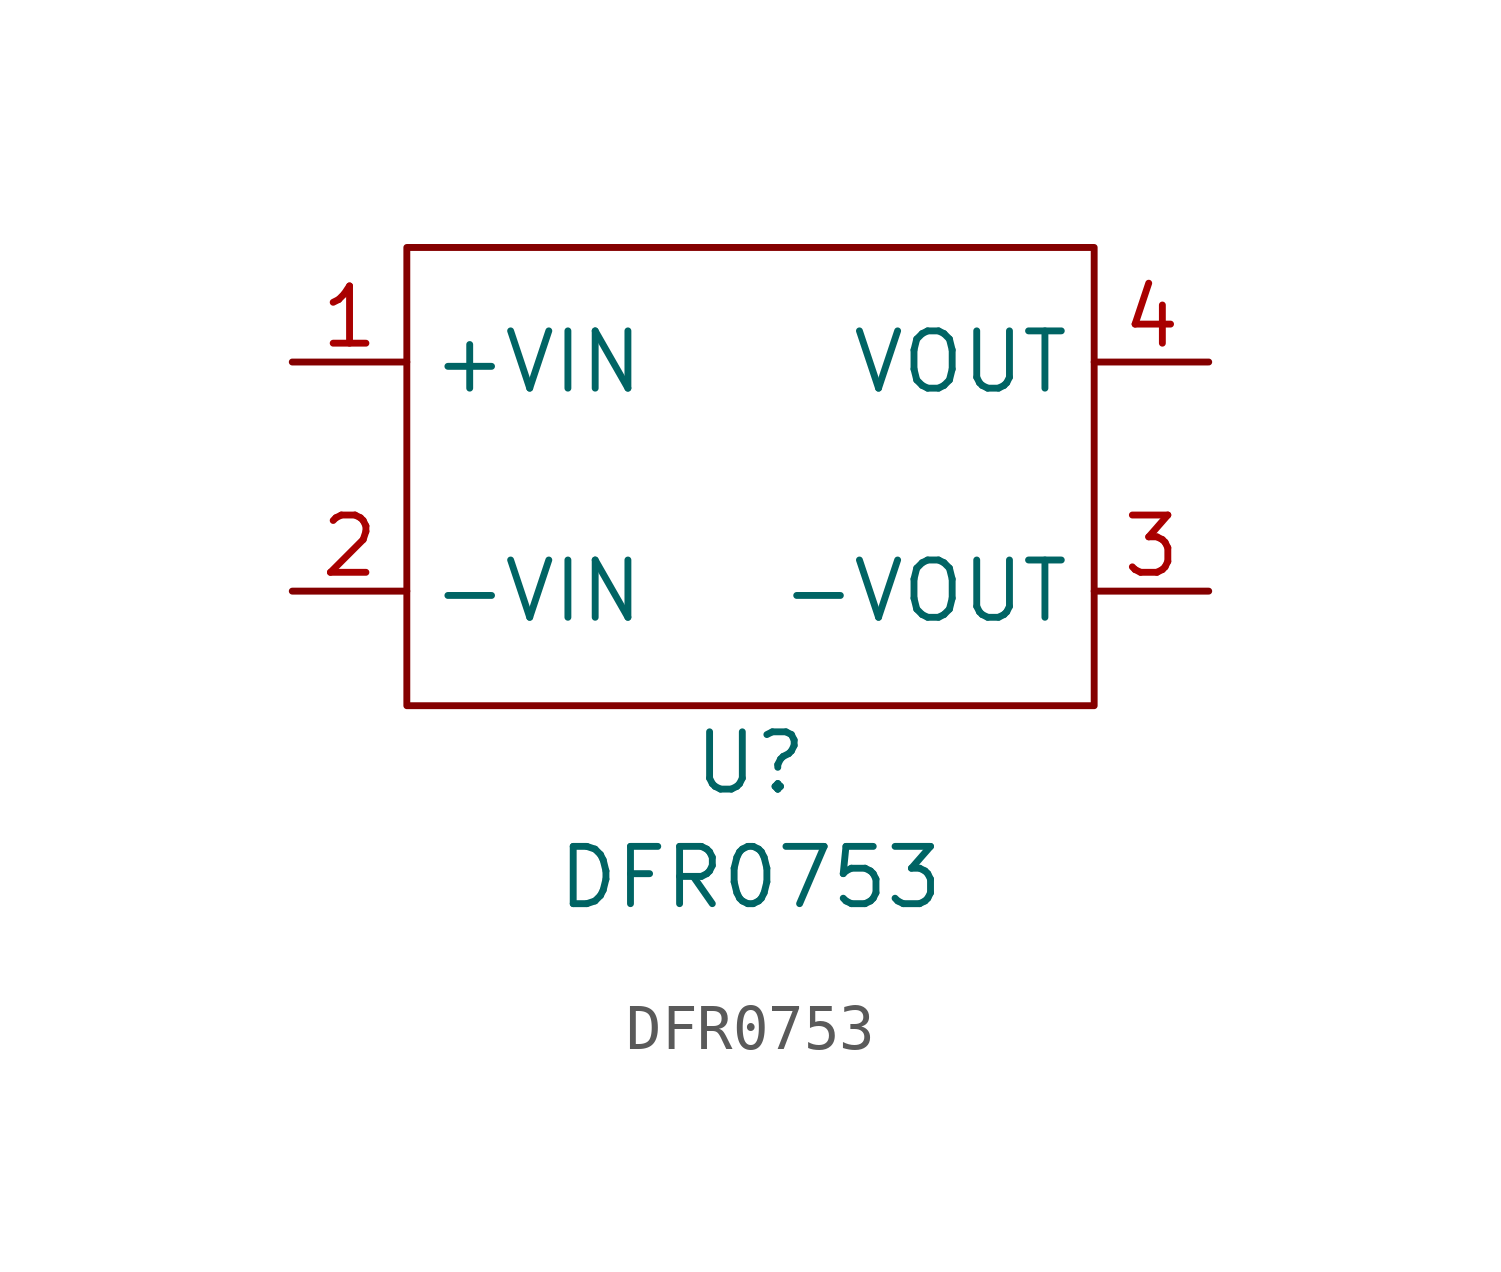
<source format=kicad_sym>
(kicad_symbol_lib
  (version 20211014)
  (generator kicad_symbol_editor)
  (symbol "DFR0753"
    (property "Reference" "U"
      (at 0 -6.35 0)
      (effects (font (size 1.27 1.27))))
    (property "Value" "DFR0753"
      (at 0 -8.89 0)
      (effects (font (size 1.27 1.27))))
    (symbol "DFR0753_0_1"
      (rectangle (start -7.62 5.08) (end 7.62 -5.08) (stroke (width 0) (type default) (color 0 0 0 0)) (fill (type none))))
    (symbol "DFR0753_1_1"
      (pin power_in line (at -10.16 2.54 0) (length 2.54) (name "+VIN" (effects (font (size 1.27 1.27)))) (number "1" (effects (font (size 1.27 1.27)))))
      (pin power_in line (at -10.16 -2.54 0) (length 2.54) (name "-VIN" (effects (font (size 1.27 1.27)))) (number "2" (effects (font (size 1.27 1.27)))))
      (pin input line (at 10.16 -2.54 180) (length 2.54) (name "-VOUT" (effects (font (size 1.27 1.27)))) (number "3" (effects (font (size 1.27 1.27)))))
      (pin input line (at 10.16 2.54 180) (length 2.54) (name "VOUT" (effects (font (size 1.27 1.27)))) (number "4" (effects (font (size 1.27 1.27))))))))
</source>
